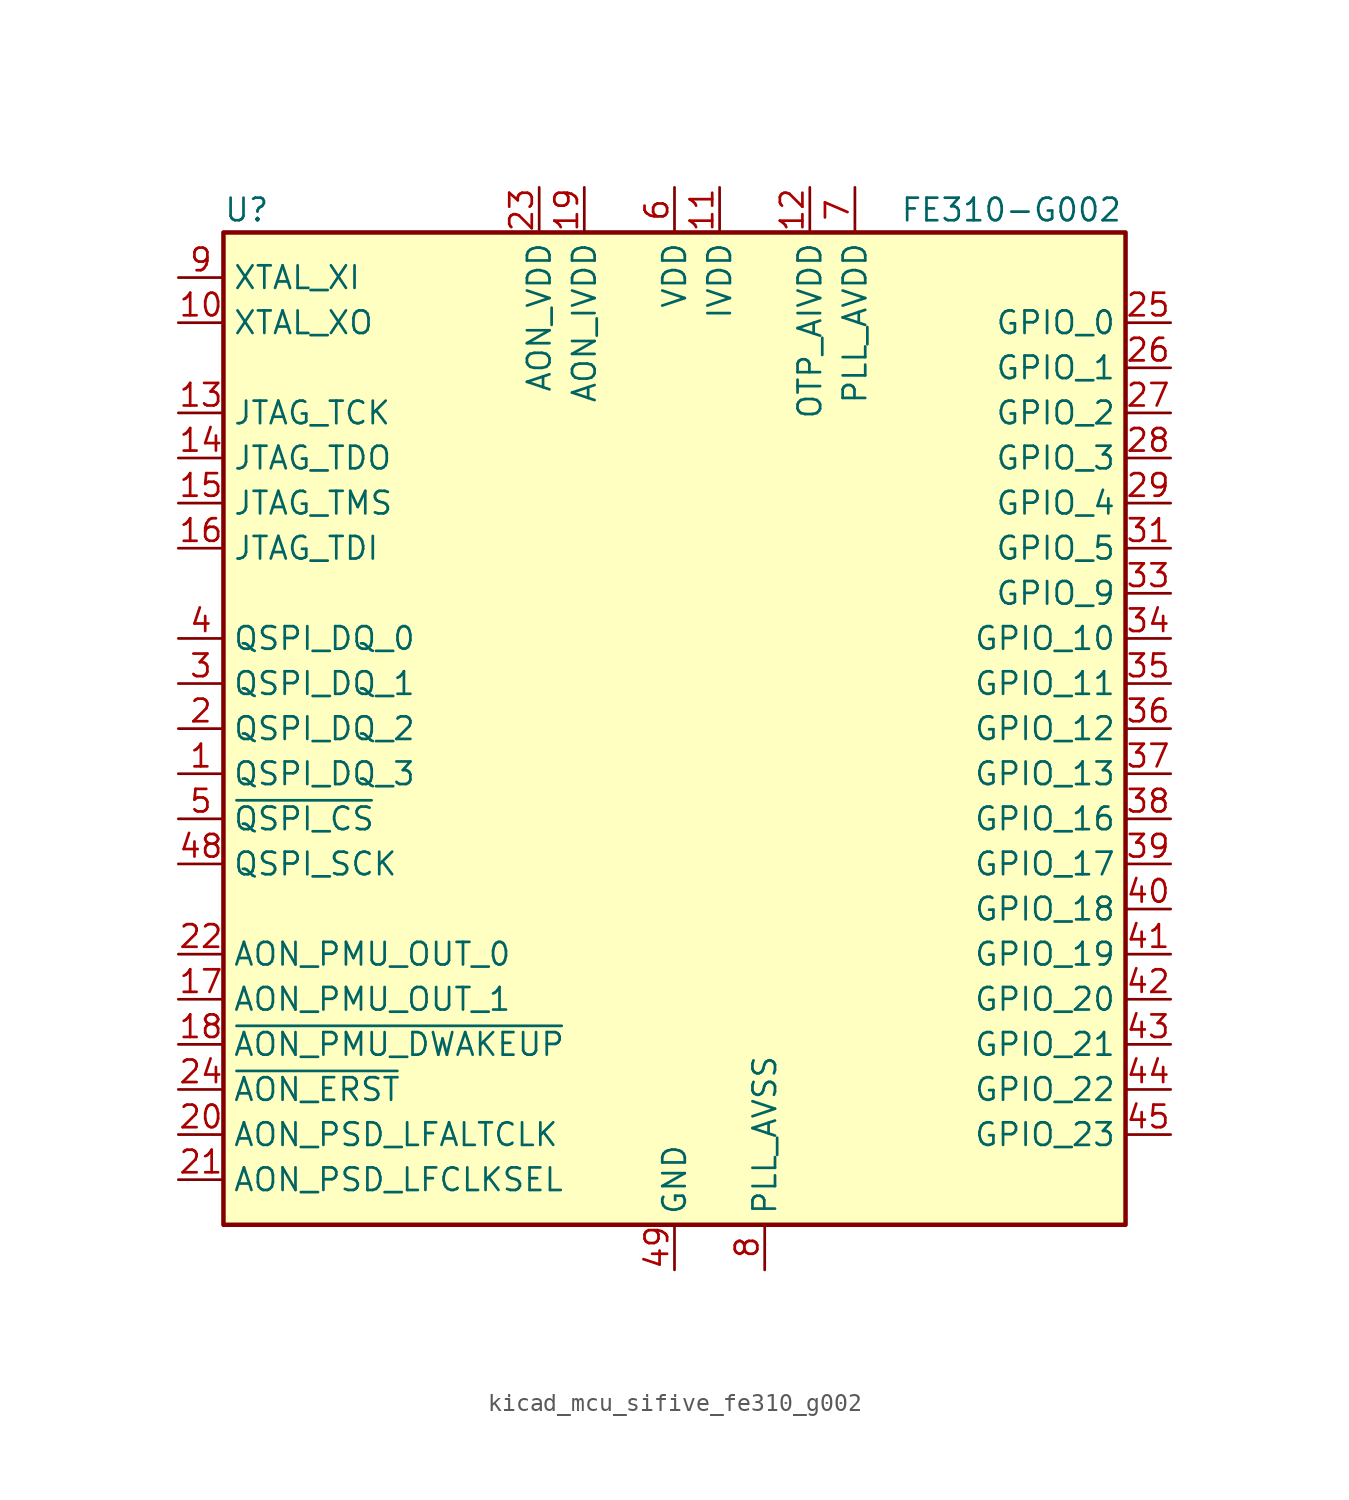
<source format=kicad_sym>
(kicad_symbol_lib
  (version 20220914)
  (generator kicad_symbol_editor)
  (symbol "kicad_mcu_sifive_fe310_g002"
    (property "Reference" "U"
      (at -25.4 29.21 0)
      (effects (font (size 1.27 1.27)) (justify left)))
    (property "Value" "FE310-G002"
      (at 12.7 29.21 0)
      (effects (font (size 1.27 1.27)) (justify left)))
    (symbol "kicad_mcu_sifive_fe310_g002_0_1"
      (rectangle (start -25.4 27.94) (end 25.4 -27.94) (stroke (width 0.254) (type default)) (fill (type background))))
    (symbol "kicad_mcu_sifive_fe310_g002_1_1"
      (pin bidirectional line (at -27.94 -2.54 0) (length 2.54) (name "QSPI_DQ_3" (effects (font (size 1.27 1.27)))) (number "1" (effects (font (size 1.27 1.27)))))
      (pin output line (at -27.94 22.86 0) (length 2.54) (name "XTAL_XO" (effects (font (size 1.27 1.27)))) (number "10" (effects (font (size 1.27 1.27)))))
      (pin power_in line (at 2.54 30.48 270) (length 2.54) (name "IVDD" (effects (font (size 1.27 1.27)))) (number "11" (effects (font (size 1.27 1.27)))))
      (pin power_in line (at 7.62 30.48 270) (length 2.54) (name "OTP_AIVDD" (effects (font (size 1.27 1.27)))) (number "12" (effects (font (size 1.27 1.27)))))
      (pin input line (at -27.94 17.78 0) (length 2.54) (name "JTAG_TCK" (effects (font (size 1.27 1.27)))) (number "13" (effects (font (size 1.27 1.27)))))
      (pin output line (at -27.94 15.24 0) (length 2.54) (name "JTAG_TDO" (effects (font (size 1.27 1.27)))) (number "14" (effects (font (size 1.27 1.27)))))
      (pin input line (at -27.94 12.7 0) (length 2.54) (name "JTAG_TMS" (effects (font (size 1.27 1.27)))) (number "15" (effects (font (size 1.27 1.27)))))
      (pin input line (at -27.94 10.16 0) (length 2.54) (name "JTAG_TDI" (effects (font (size 1.27 1.27)))) (number "16" (effects (font (size 1.27 1.27)))))
      (pin output line (at -27.94 -15.24 0) (length 2.54) (name "AON_PMU_OUT_1" (effects (font (size 1.27 1.27)))) (number "17" (effects (font (size 1.27 1.27)))))
      (pin input line (at -27.94 -17.78 0) (length 2.54) (name "~{AON_PMU_DWAKEUP}" (effects (font (size 1.27 1.27)))) (number "18" (effects (font (size 1.27 1.27)))))
      (pin power_in line (at -5.08 30.48 270) (length 2.54) (name "AON_IVDD" (effects (font (size 1.27 1.27)))) (number "19" (effects (font (size 1.27 1.27)))))
      (pin bidirectional line (at -27.94 0 0) (length 2.54) (name "QSPI_DQ_2" (effects (font (size 1.27 1.27)))) (number "2" (effects (font (size 1.27 1.27)))))
      (pin input line (at -27.94 -22.86 0) (length 2.54) (name "AON_PSD_LFALTCLK" (effects (font (size 1.27 1.27)))) (number "20" (effects (font (size 1.27 1.27)))))
      (pin input line (at -27.94 -25.4 0) (length 2.54) (name "AON_PSD_LFCLKSEL" (effects (font (size 1.27 1.27)))) (number "21" (effects (font (size 1.27 1.27)))))
      (pin output line (at -27.94 -12.7 0) (length 2.54) (name "AON_PMU_OUT_0" (effects (font (size 1.27 1.27)))) (number "22" (effects (font (size 1.27 1.27)))))
      (pin power_in line (at -7.62 30.48 270) (length 2.54) (name "AON_VDD" (effects (font (size 1.27 1.27)))) (number "23" (effects (font (size 1.27 1.27)))))
      (pin input line (at -27.94 -20.32 0) (length 2.54) (name "~{AON_ERST}" (effects (font (size 1.27 1.27)))) (number "24" (effects (font (size 1.27 1.27)))))
      (pin bidirectional line (at 27.94 22.86 180) (length 2.54) (name "GPIO_0" (effects (font (size 1.27 1.27)))) (number "25" (effects (font (size 1.27 1.27)))))
      (pin bidirectional line (at 27.94 20.32 180) (length 2.54) (name "GPIO_1" (effects (font (size 1.27 1.27)))) (number "26" (effects (font (size 1.27 1.27)))))
      (pin bidirectional line (at 27.94 17.78 180) (length 2.54) (name "GPIO_2" (effects (font (size 1.27 1.27)))) (number "27" (effects (font (size 1.27 1.27)))))
      (pin bidirectional line (at 27.94 15.24 180) (length 2.54) (name "GPIO_3" (effects (font (size 1.27 1.27)))) (number "28" (effects (font (size 1.27 1.27)))))
      (pin bidirectional line (at 27.94 12.7 180) (length 2.54) (name "GPIO_4" (effects (font (size 1.27 1.27)))) (number "29" (effects (font (size 1.27 1.27)))))
      (pin bidirectional line (at -27.94 2.54 0) (length 2.54) (name "QSPI_DQ_1" (effects (font (size 1.27 1.27)))) (number "3" (effects (font (size 1.27 1.27)))))
      (pin passive line (at 0 30.48 270) (length 2.54) hide (name "VDD" (effects (font (size 1.27 1.27)))) (number "30" (effects (font (size 1.27 1.27)))))
      (pin bidirectional line (at 27.94 10.16 180) (length 2.54) (name "GPIO_5" (effects (font (size 1.27 1.27)))) (number "31" (effects (font (size 1.27 1.27)))))
      (pin passive line (at 2.54 30.48 270) (length 2.54) hide (name "IVDD" (effects (font (size 1.27 1.27)))) (number "32" (effects (font (size 1.27 1.27)))))
      (pin bidirectional line (at 27.94 7.62 180) (length 2.54) (name "GPIO_9" (effects (font (size 1.27 1.27)))) (number "33" (effects (font (size 1.27 1.27)))))
      (pin bidirectional line (at 27.94 5.08 180) (length 2.54) (name "GPIO_10" (effects (font (size 1.27 1.27)))) (number "34" (effects (font (size 1.27 1.27)))))
      (pin bidirectional line (at 27.94 2.54 180) (length 2.54) (name "GPIO_11" (effects (font (size 1.27 1.27)))) (number "35" (effects (font (size 1.27 1.27)))))
      (pin bidirectional line (at 27.94 0 180) (length 2.54) (name "GPIO_12" (effects (font (size 1.27 1.27)))) (number "36" (effects (font (size 1.27 1.27)))))
      (pin bidirectional line (at 27.94 -2.54 180) (length 2.54) (name "GPIO_13" (effects (font (size 1.27 1.27)))) (number "37" (effects (font (size 1.27 1.27)))))
      (pin bidirectional line (at 27.94 -5.08 180) (length 2.54) (name "GPIO_16" (effects (font (size 1.27 1.27)))) (number "38" (effects (font (size 1.27 1.27)))))
      (pin bidirectional line (at 27.94 -7.62 180) (length 2.54) (name "GPIO_17" (effects (font (size 1.27 1.27)))) (number "39" (effects (font (size 1.27 1.27)))))
      (pin bidirectional line (at -27.94 5.08 0) (length 2.54) (name "QSPI_DQ_0" (effects (font (size 1.27 1.27)))) (number "4" (effects (font (size 1.27 1.27)))))
      (pin bidirectional line (at 27.94 -10.16 180) (length 2.54) (name "GPIO_18" (effects (font (size 1.27 1.27)))) (number "40" (effects (font (size 1.27 1.27)))))
      (pin bidirectional line (at 27.94 -12.7 180) (length 2.54) (name "GPIO_19" (effects (font (size 1.27 1.27)))) (number "41" (effects (font (size 1.27 1.27)))))
      (pin bidirectional line (at 27.94 -15.24 180) (length 2.54) (name "GPIO_20" (effects (font (size 1.27 1.27)))) (number "42" (effects (font (size 1.27 1.27)))))
      (pin bidirectional line (at 27.94 -17.78 180) (length 2.54) (name "GPIO_21" (effects (font (size 1.27 1.27)))) (number "43" (effects (font (size 1.27 1.27)))))
      (pin bidirectional line (at 27.94 -20.32 180) (length 2.54) (name "GPIO_22" (effects (font (size 1.27 1.27)))) (number "44" (effects (font (size 1.27 1.27)))))
      (pin bidirectional line (at 27.94 -22.86 180) (length 2.54) (name "GPIO_23" (effects (font (size 1.27 1.27)))) (number "45" (effects (font (size 1.27 1.27)))))
      (pin passive line (at 0 30.48 270) (length 2.54) hide (name "VDD" (effects (font (size 1.27 1.27)))) (number "46" (effects (font (size 1.27 1.27)))))
      (pin passive line (at 2.54 30.48 270) (length 2.54) hide (name "IVDD" (effects (font (size 1.27 1.27)))) (number "47" (effects (font (size 1.27 1.27)))))
      (pin output line (at -27.94 -7.62 0) (length 2.54) (name "QSPI_SCK" (effects (font (size 1.27 1.27)))) (number "48" (effects (font (size 1.27 1.27)))))
      (pin power_in line (at 0 -30.48 90) (length 2.54) (name "GND" (effects (font (size 1.27 1.27)))) (number "49" (effects (font (size 1.27 1.27)))))
      (pin output line (at -27.94 -5.08 0) (length 2.54) (name "~{QSPI_CS}" (effects (font (size 1.27 1.27)))) (number "5" (effects (font (size 1.27 1.27)))))
      (pin power_in line (at 0 30.48 270) (length 2.54) (name "VDD" (effects (font (size 1.27 1.27)))) (number "6" (effects (font (size 1.27 1.27)))))
      (pin power_in line (at 10.16 30.48 270) (length 2.54) (name "PLL_AVDD" (effects (font (size 1.27 1.27)))) (number "7" (effects (font (size 1.27 1.27)))))
      (pin power_in line (at 5.08 -30.48 90) (length 2.54) (name "PLL_AVSS" (effects (font (size 1.27 1.27)))) (number "8" (effects (font (size 1.27 1.27)))))
      (pin input line (at -27.94 25.4 0) (length 2.54) (name "XTAL_XI" (effects (font (size 1.27 1.27)))) (number "9" (effects (font (size 1.27 1.27))))))))
</source>
